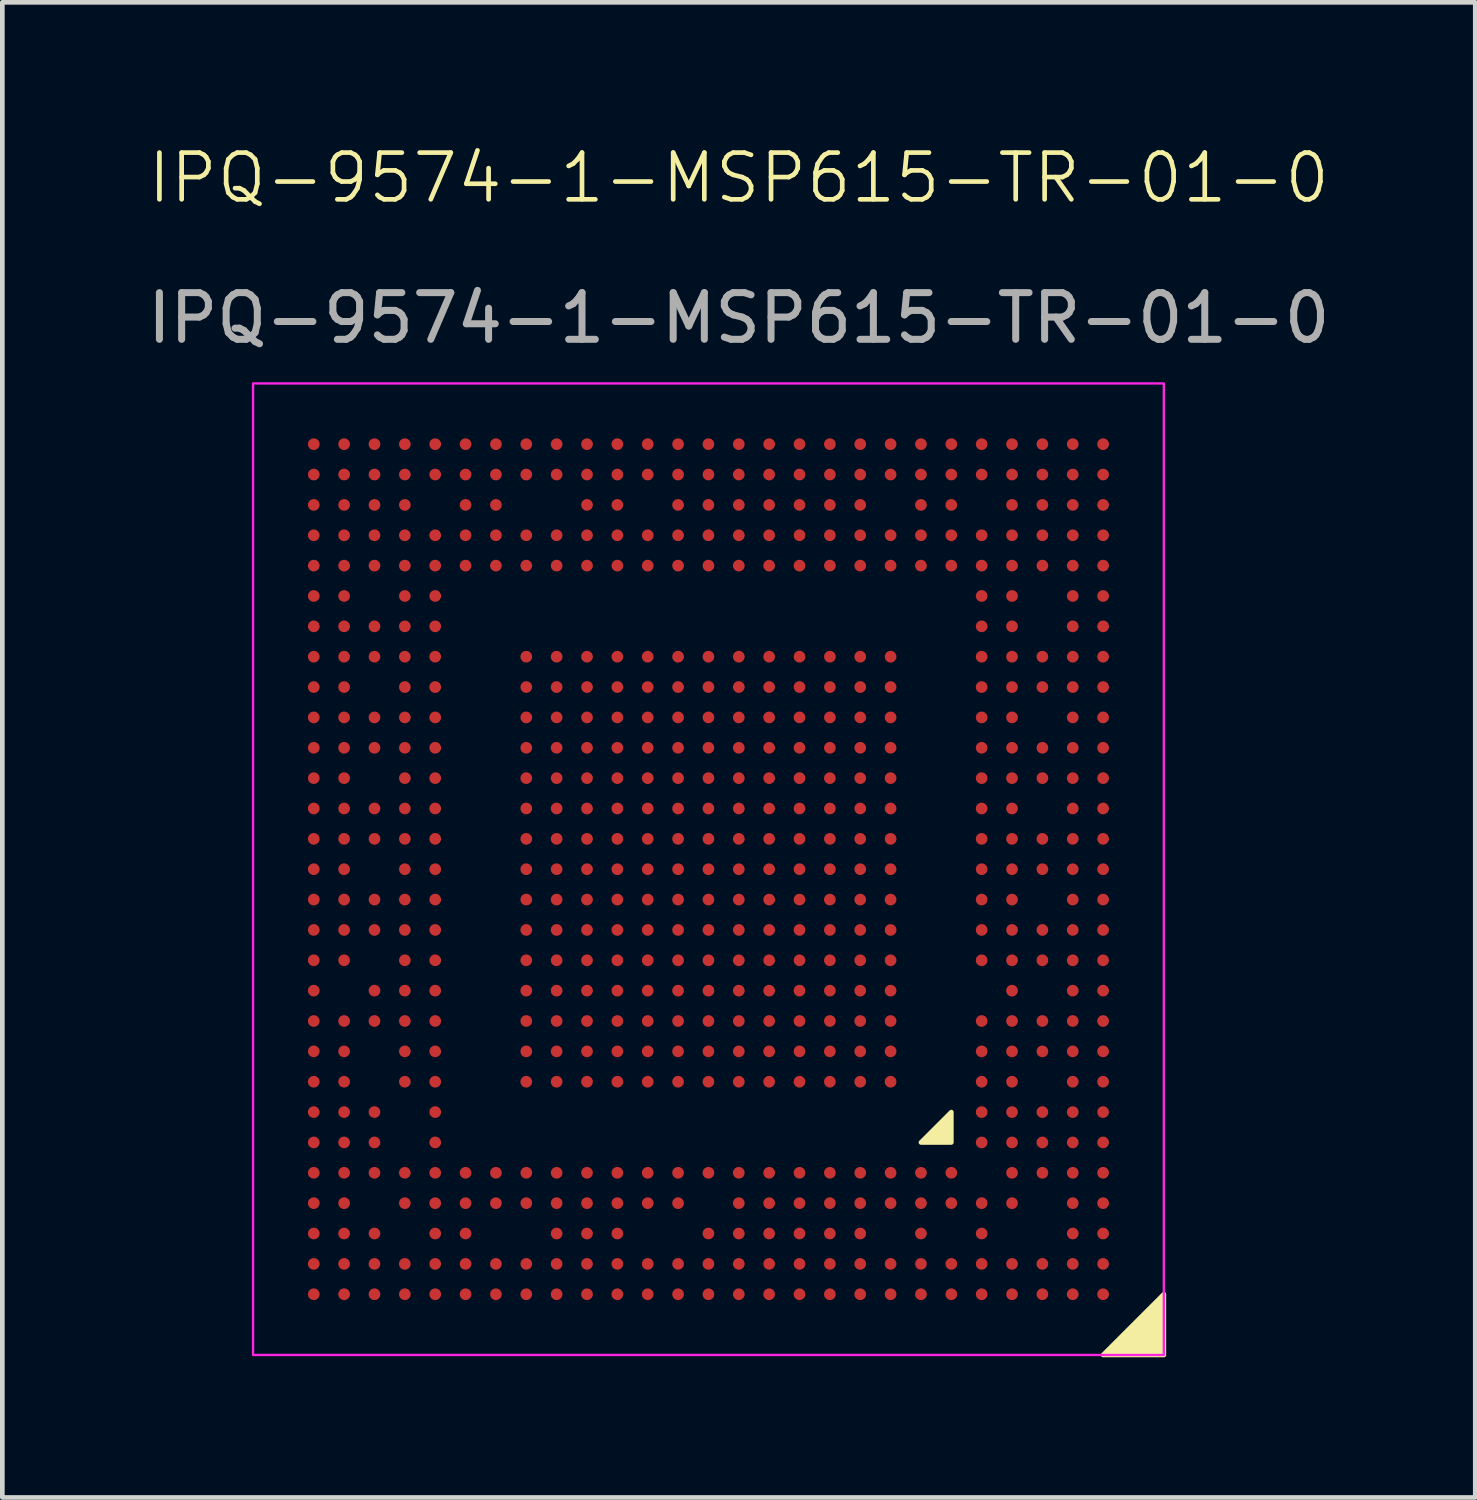
<source format=kicad_pcb>
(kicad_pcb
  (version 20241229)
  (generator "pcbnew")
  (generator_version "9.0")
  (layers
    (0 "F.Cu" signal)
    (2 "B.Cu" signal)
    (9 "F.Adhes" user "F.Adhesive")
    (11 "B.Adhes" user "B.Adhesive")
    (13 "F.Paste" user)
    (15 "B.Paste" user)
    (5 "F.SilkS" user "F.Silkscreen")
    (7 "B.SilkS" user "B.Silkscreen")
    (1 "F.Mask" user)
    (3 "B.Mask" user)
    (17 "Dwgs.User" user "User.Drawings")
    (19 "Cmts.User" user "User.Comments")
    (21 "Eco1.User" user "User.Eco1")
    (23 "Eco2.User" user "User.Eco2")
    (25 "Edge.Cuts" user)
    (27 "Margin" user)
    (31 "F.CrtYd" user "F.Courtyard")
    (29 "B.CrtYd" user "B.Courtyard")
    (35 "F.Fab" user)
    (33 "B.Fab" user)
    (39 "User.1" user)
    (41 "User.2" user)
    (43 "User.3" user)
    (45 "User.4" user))
  (footprint "IPQ-9574-1-MSP615-TR-01-0"
    (layer "F.Cu")
    (at 12.768 1.26)
    (property "Reference" "IPQ-9574-1-MSP615-TR-01-0" (at 0 -0.5 0) (unlocked yes) (layer "F.SilkS") (effects (font (size 1 1) (thickness 0.1))))
    (attr smd)
    (fp_poly (pts (xy 4.55 19.5) (xy 4.55 20.15) (xy 3.9 20.15)) (stroke (width 0.1) (type solid)) (fill yes) (layer "F.SilkS"))
    (fp_poly (pts (xy 7.8 24.7) (xy 9.1 23.4) (xy 9.1 24.7)) (stroke (width 0.1) (type solid)) (fill yes) (layer "F.SilkS"))
    (fp_rect (start -10.4 3.9) (end 9.1 24.7) (stroke (width 0.05) (type default)) (fill no) (layer "F.CrtYd"))
    (fp_text user "${REFERENCE}" (at 0 2.5 0) (unlocked yes) (layer "F.Fab") (effects (font (size 1 1) (thickness 0.15))))
    (pad "A1" smd circle (at 7.8 23.4) (size 0.25 0.25) (layers "F.Cu" "F.Mask" "F.Paste"))
    (pad "A2" smd circle (at 7.8 22.75) (size 0.25 0.25) (layers "F.Cu" "F.Mask" "F.Paste"))
    (pad "A3" smd circle (at 7.8 22.1) (size 0.25 0.25) (layers "F.Cu" "F.Mask" "F.Paste"))
    (pad "A4" smd circle (at 7.8 21.45) (size 0.25 0.25) (layers "F.Cu" "F.Mask" "F.Paste"))
    (pad "A5" smd circle (at 7.8 20.8) (size 0.25 0.25) (layers "F.Cu" "F.Mask" "F.Paste"))
    (pad "A6" smd circle (at 7.8 20.15) (size 0.25 0.25) (layers "F.Cu" "F.Mask" "F.Paste"))
    (pad "A7" smd circle (at 7.8 19.5) (size 0.25 0.25) (layers "F.Cu" "F.Mask" "F.Paste"))
    (pad "A8" smd circle (at 7.8 18.85) (size 0.25 0.25) (layers "F.Cu" "F.Mask" "F.Paste"))
    (pad "A9" smd circle (at 7.8 18.2) (size 0.25 0.25) (layers "F.Cu" "F.Mask" "F.Paste"))
    (pad "A10" smd circle (at 7.8 17.55) (size 0.25 0.25) (layers "F.Cu" "F.Mask" "F.Paste"))
    (pad "A11" smd circle (at 7.8 16.9) (size 0.25 0.25) (layers "F.Cu" "F.Mask" "F.Paste"))
    (pad "A12" smd circle (at 7.8 16.25) (size 0.25 0.25) (layers "F.Cu" "F.Mask" "F.Paste"))
    (pad "A13" smd circle (at 7.8 15.6) (size 0.25 0.25) (layers "F.Cu" "F.Mask" "F.Paste"))
    (pad "A14" smd circle (at 7.8 14.95) (size 0.25 0.25) (layers "F.Cu" "F.Mask" "F.Paste"))
    (pad "A15" smd circle (at 7.8 14.3) (size 0.25 0.25) (layers "F.Cu" "F.Mask" "F.Paste"))
    (pad "A16" smd circle (at 7.8 13.65) (size 0.25 0.25) (layers "F.Cu" "F.Mask" "F.Paste"))
    (pad "A17" smd circle (at 7.8 13) (size 0.25 0.25) (layers "F.Cu" "F.Mask" "F.Paste"))
    (pad "A18" smd circle (at 7.8 12.35) (size 0.25 0.25) (layers "F.Cu" "F.Mask" "F.Paste"))
    (pad "A19" smd circle (at 7.8 11.7) (size 0.25 0.25) (layers "F.Cu" "F.Mask" "F.Paste"))
    (pad "A20" smd circle (at 7.8 11.05) (size 0.25 0.25) (layers "F.Cu" "F.Mask" "F.Paste"))
    (pad "A21" smd circle (at 7.8 10.4) (size 0.25 0.25) (layers "F.Cu" "F.Mask" "F.Paste"))
    (pad "A22" smd circle (at 7.8 9.75) (size 0.25 0.25) (layers "F.Cu" "F.Mask" "F.Paste"))
    (pad "A23" smd circle (at 7.8 9.1) (size 0.25 0.25) (layers "F.Cu" "F.Mask" "F.Paste"))
    (pad "A24" smd circle (at 7.8 8.45) (size 0.25 0.25) (layers "F.Cu" "F.Mask" "F.Paste"))
    (pad "A25" smd circle (at 7.8 7.8) (size 0.25 0.25) (layers "F.Cu" "F.Mask" "F.Paste"))
    (pad "A26" smd circle (at 7.8 7.15) (size 0.25 0.25) (layers "F.Cu" "F.Mask" "F.Paste"))
    (pad "A27" smd circle (at 7.8 6.5) (size 0.25 0.25) (layers "F.Cu" "F.Mask" "F.Paste"))
    (pad "A28" smd circle (at 7.8 5.85) (size 0.25 0.25) (layers "F.Cu" "F.Mask" "F.Paste"))
    (pad "A29" smd circle (at 7.8 5.2) (size 0.25 0.25) (layers "F.Cu" "F.Mask" "F.Paste"))
    (pad "AA1" smd circle (at -5.2 23.4) (size 0.25 0.25) (layers "F.Cu" "F.Mask" "F.Paste"))
    (pad "AA2" smd circle (at -5.2 22.75) (size 0.25 0.25) (layers "F.Cu" "F.Mask" "F.Paste"))
    (pad "AA4" smd circle (at -5.2 21.45) (size 0.25 0.25) (layers "F.Cu" "F.Mask" "F.Paste"))
    (pad "AA5" smd circle (at -5.2 20.8) (size 0.25 0.25) (layers "F.Cu" "F.Mask" "F.Paste"))
    (pad "AA25" smd circle (at -5.2 7.8) (size 0.25 0.25) (layers "F.Cu" "F.Mask" "F.Paste"))
    (pad "AA26" smd circle (at -5.2 7.15) (size 0.25 0.25) (layers "F.Cu" "F.Mask" "F.Paste"))
    (pad "AA27" smd circle (at -5.2 6.5) (size 0.25 0.25) (layers "F.Cu" "F.Mask" "F.Paste"))
    (pad "AA28" smd circle (at -5.2 5.85) (size 0.25 0.25) (layers "F.Cu" "F.Mask" "F.Paste"))
    (pad "AA29" smd circle (at -5.2 5.2) (size 0.25 0.25) (layers "F.Cu" "F.Mask" "F.Paste"))
    (pad "AB1" smd circle (at -5.85 23.4) (size 0.25 0.25) (layers "F.Cu" "F.Mask" "F.Paste"))
    (pad "AB2" smd circle (at -5.85 22.75) (size 0.25 0.25) (layers "F.Cu" "F.Mask" "F.Paste"))
    (pad "AB3" smd circle (at -5.85 22.1) (size 0.25 0.25) (layers "F.Cu" "F.Mask" "F.Paste"))
    (pad "AB4" smd circle (at -5.85 21.45) (size 0.25 0.25) (layers "F.Cu" "F.Mask" "F.Paste"))
    (pad "AB5" smd circle (at -5.85 20.8) (size 0.25 0.25) (layers "F.Cu" "F.Mask" "F.Paste"))
    (pad "AB25" smd circle (at -5.85 7.8) (size 0.25 0.25) (layers "F.Cu" "F.Mask" "F.Paste"))
    (pad "AB26" smd circle (at -5.85 7.15) (size 0.25 0.25) (layers "F.Cu" "F.Mask" "F.Paste"))
    (pad "AB27" smd circle (at -5.85 6.5) (size 0.25 0.25) (layers "F.Cu" "F.Mask" "F.Paste"))
    (pad "AB28" smd circle (at -5.85 5.85) (size 0.25 0.25) (layers "F.Cu" "F.Mask" "F.Paste"))
    (pad "AB29" smd circle (at -5.85 5.2) (size 0.25 0.25) (layers "F.Cu" "F.Mask" "F.Paste"))
    (pad "AC1" smd circle (at -6.5 23.4) (size 0.25 0.25) (layers "F.Cu" "F.Mask" "F.Paste"))
    (pad "AC2" smd circle (at -6.5 22.75) (size 0.25 0.25) (layers "F.Cu" "F.Mask" "F.Paste"))
    (pad "AC3" smd circle (at -6.5 22.1) (size 0.25 0.25) (layers "F.Cu" "F.Mask" "F.Paste"))
    (pad "AC4" smd circle (at -6.5 21.45) (size 0.25 0.25) (layers "F.Cu" "F.Mask" "F.Paste"))
    (pad "AC5" smd circle (at -6.5 20.8) (size 0.25 0.25) (layers "F.Cu" "F.Mask" "F.Paste"))
    (pad "AC6" smd circle (at -6.5 20.15) (size 0.25 0.25) (layers "F.Cu" "F.Mask" "F.Paste"))
    (pad "AC7" smd circle (at -6.5 19.5) (size 0.25 0.25) (layers "F.Cu" "F.Mask" "F.Paste"))
    (pad "AC8" smd circle (at -6.5 18.85) (size 0.25 0.25) (layers "F.Cu" "F.Mask" "F.Paste"))
    (pad "AC9" smd circle (at -6.5 18.2) (size 0.25 0.25) (layers "F.Cu" "F.Mask" "F.Paste"))
    (pad "AC10" smd circle (at -6.5 17.55) (size 0.25 0.25) (layers "F.Cu" "F.Mask" "F.Paste"))
    (pad "AC11" smd circle (at -6.5 16.9) (size 0.25 0.25) (layers "F.Cu" "F.Mask" "F.Paste"))
    (pad "AC12" smd circle (at -6.5 16.25) (size 0.25 0.25) (layers "F.Cu" "F.Mask" "F.Paste"))
    (pad "AC13" smd circle (at -6.5 15.6) (size 0.25 0.25) (layers "F.Cu" "F.Mask" "F.Paste"))
    (pad "AC14" smd circle (at -6.5 14.95) (size 0.25 0.25) (layers "F.Cu" "F.Mask" "F.Paste"))
    (pad "AC15" smd circle (at -6.5 14.3) (size 0.25 0.25) (layers "F.Cu" "F.Mask" "F.Paste"))
    (pad "AC16" smd circle (at -6.5 13.65) (size 0.25 0.25) (layers "F.Cu" "F.Mask" "F.Paste"))
    (pad "AC17" smd circle (at -6.5 13) (size 0.25 0.25) (layers "F.Cu" "F.Mask" "F.Paste"))
    (pad "AC18" smd circle (at -6.5 12.35) (size 0.25 0.25) (layers "F.Cu" "F.Mask" "F.Paste"))
    (pad "AC19" smd circle (at -6.5 11.7) (size 0.25 0.25) (layers "F.Cu" "F.Mask" "F.Paste"))
    (pad "AC20" smd circle (at -6.5 11.05) (size 0.25 0.25) (layers "F.Cu" "F.Mask" "F.Paste"))
    (pad "AC21" smd circle (at -6.5 10.4) (size 0.25 0.25) (layers "F.Cu" "F.Mask" "F.Paste"))
    (pad "AC22" smd circle (at -6.5 9.75) (size 0.25 0.25) (layers "F.Cu" "F.Mask" "F.Paste"))
    (pad "AC23" smd circle (at -6.5 9.1) (size 0.25 0.25) (layers "F.Cu" "F.Mask" "F.Paste"))
    (pad "AC24" smd circle (at -6.5 8.45) (size 0.25 0.25) (layers "F.Cu" "F.Mask" "F.Paste"))
    (pad "AC25" smd circle (at -6.5 7.8) (size 0.25 0.25) (layers "F.Cu" "F.Mask" "F.Paste"))
    (pad "AC26" smd circle (at -6.5 7.15) (size 0.25 0.25) (layers "F.Cu" "F.Mask" "F.Paste"))
    (pad "AC28" smd circle (at -6.5 5.85) (size 0.25 0.25) (layers "F.Cu" "F.Mask" "F.Paste"))
    (pad "AC29" smd circle (at -6.5 5.2) (size 0.25 0.25) (layers "F.Cu" "F.Mask" "F.Paste"))
    (pad "AD1" smd circle (at -7.15 23.4) (size 0.25 0.25) (layers "F.Cu" "F.Mask" "F.Paste"))
    (pad "AD2" smd circle (at -7.15 22.75) (size 0.25 0.25) (layers "F.Cu" "F.Mask" "F.Paste"))
    (pad "AD4" smd circle (at -7.15 21.45) (size 0.25 0.25) (layers "F.Cu" "F.Mask" "F.Paste"))
    (pad "AD5" smd circle (at -7.15 20.8) (size 0.25 0.25) (layers "F.Cu" "F.Mask" "F.Paste"))
    (pad "AD8" smd circle (at -7.15 18.85) (size 0.25 0.25) (layers "F.Cu" "F.Mask" "F.Paste"))
    (pad "AD9" smd circle (at -7.15 18.2) (size 0.25 0.25) (layers "F.Cu" "F.Mask" "F.Paste"))
    (pad "AD10" smd circle (at -7.15 17.55) (size 0.25 0.25) (layers "F.Cu" "F.Mask" "F.Paste"))
    (pad "AD11" smd circle (at -7.15 16.9) (size 0.25 0.25) (layers "F.Cu" "F.Mask" "F.Paste"))
    (pad "AD12" smd circle (at -7.15 16.25) (size 0.25 0.25) (layers "F.Cu" "F.Mask" "F.Paste"))
    (pad "AD13" smd circle (at -7.15 15.6) (size 0.25 0.25) (layers "F.Cu" "F.Mask" "F.Paste"))
    (pad "AD14" smd circle (at -7.15 14.95) (size 0.25 0.25) (layers "F.Cu" "F.Mask" "F.Paste"))
    (pad "AD15" smd circle (at -7.15 14.3) (size 0.25 0.25) (layers "F.Cu" "F.Mask" "F.Paste"))
    (pad "AD16" smd circle (at -7.15 13.65) (size 0.25 0.25) (layers "F.Cu" "F.Mask" "F.Paste"))
    (pad "AD17" smd circle (at -7.15 13) (size 0.25 0.25) (layers "F.Cu" "F.Mask" "F.Paste"))
    (pad "AD18" smd circle (at -7.15 12.35) (size 0.25 0.25) (layers "F.Cu" "F.Mask" "F.Paste"))
    (pad "AD19" smd circle (at -7.15 11.7) (size 0.25 0.25) (layers "F.Cu" "F.Mask" "F.Paste"))
    (pad "AD20" smd circle (at -7.15 11.05) (size 0.25 0.25) (layers "F.Cu" "F.Mask" "F.Paste"))
    (pad "AD21" smd circle (at -7.15 10.4) (size 0.25 0.25) (layers "F.Cu" "F.Mask" "F.Paste"))
    (pad "AD22" smd circle (at -7.15 9.75) (size 0.25 0.25) (layers "F.Cu" "F.Mask" "F.Paste"))
    (pad "AD23" smd circle (at -7.15 9.1) (size 0.25 0.25) (layers "F.Cu" "F.Mask" "F.Paste"))
    (pad "AD24" smd circle (at -7.15 8.45) (size 0.25 0.25) (layers "F.Cu" "F.Mask" "F.Paste"))
    (pad "AD25" smd circle (at -7.15 7.8) (size 0.25 0.25) (layers "F.Cu" "F.Mask" "F.Paste"))
    (pad "AD26" smd circle (at -7.15 7.15) (size 0.25 0.25) (layers "F.Cu" "F.Mask" "F.Paste"))
    (pad "AD27" smd circle (at -7.15 6.5) (size 0.25 0.25) (layers "F.Cu" "F.Mask" "F.Paste"))
    (pad "AD28" smd circle (at -7.15 5.85) (size 0.25 0.25) (layers "F.Cu" "F.Mask" "F.Paste"))
    (pad "AD29" smd circle (at -7.15 5.2) (size 0.25 0.25) (layers "F.Cu" "F.Mask" "F.Paste"))
    (pad "AE1" smd circle (at -7.8 23.4) (size 0.25 0.25) (layers "F.Cu" "F.Mask" "F.Paste"))
    (pad "AE2" smd circle (at -7.8 22.75) (size 0.25 0.25) (layers "F.Cu" "F.Mask" "F.Paste"))
    (pad "AE3" smd circle (at -7.8 22.1) (size 0.25 0.25) (layers "F.Cu" "F.Mask" "F.Paste"))
    (pad "AE5" smd circle (at -7.8 20.8) (size 0.25 0.25) (layers "F.Cu" "F.Mask" "F.Paste"))
    (pad "AE6" smd circle (at -7.8 20.15) (size 0.25 0.25) (layers "F.Cu" "F.Mask" "F.Paste"))
    (pad "AE7" smd circle (at -7.8 19.5) (size 0.25 0.25) (layers "F.Cu" "F.Mask" "F.Paste"))
    (pad "AE10" smd circle (at -7.8 17.55) (size 0.25 0.25) (layers "F.Cu" "F.Mask" "F.Paste"))
    (pad "AE11" smd circle (at -7.8 16.9) (size 0.25 0.25) (layers "F.Cu" "F.Mask" "F.Paste"))
    (pad "AE13" smd circle (at -7.8 15.6) (size 0.25 0.25) (layers "F.Cu" "F.Mask" "F.Paste"))
    (pad "AE14" smd circle (at -7.8 14.95) (size 0.25 0.25) (layers "F.Cu" "F.Mask" "F.Paste"))
    (pad "AE16" smd circle (at -7.8 13.65) (size 0.25 0.25) (layers "F.Cu" "F.Mask" "F.Paste"))
    (pad "AE17" smd circle (at -7.8 13) (size 0.25 0.25) (layers "F.Cu" "F.Mask" "F.Paste"))
    (pad "AE19" smd circle (at -7.8 11.7) (size 0.25 0.25) (layers "F.Cu" "F.Mask" "F.Paste"))
    (pad "AE20" smd circle (at -7.8 11.05) (size 0.25 0.25) (layers "F.Cu" "F.Mask" "F.Paste"))
    (pad "AE22" smd circle (at -7.8 9.75) (size 0.25 0.25) (layers "F.Cu" "F.Mask" "F.Paste"))
    (pad "AE23" smd circle (at -7.8 9.1) (size 0.25 0.25) (layers "F.Cu" "F.Mask" "F.Paste"))
    (pad "AE25" smd circle (at -7.8 7.8) (size 0.25 0.25) (layers "F.Cu" "F.Mask" "F.Paste"))
    (pad "AE26" smd circle (at -7.8 7.15) (size 0.25 0.25) (layers "F.Cu" "F.Mask" "F.Paste"))
    (pad "AE27" smd circle (at -7.8 6.5) (size 0.25 0.25) (layers "F.Cu" "F.Mask" "F.Paste"))
    (pad "AE28" smd circle (at -7.8 5.85) (size 0.25 0.25) (layers "F.Cu" "F.Mask" "F.Paste"))
    (pad "AE29" smd circle (at -7.8 5.2) (size 0.25 0.25) (layers "F.Cu" "F.Mask" "F.Paste"))
    (pad "AF1" smd circle (at -8.45 23.4) (size 0.25 0.25) (layers "F.Cu" "F.Mask" "F.Paste"))
    (pad "AF2" smd circle (at -8.45 22.75) (size 0.25 0.25) (layers "F.Cu" "F.Mask" "F.Paste"))
    (pad "AF3" smd circle (at -8.45 22.1) (size 0.25 0.25) (layers "F.Cu" "F.Mask" "F.Paste"))
    (pad "AF4" smd circle (at -8.45 21.45) (size 0.25 0.25) (layers "F.Cu" "F.Mask" "F.Paste"))
    (pad "AF5" smd circle (at -8.45 20.8) (size 0.25 0.25) (layers "F.Cu" "F.Mask" "F.Paste"))
    (pad "AF6" smd circle (at -8.45 20.15) (size 0.25 0.25) (layers "F.Cu" "F.Mask" "F.Paste"))
    (pad "AF7" smd circle (at -8.45 19.5) (size 0.25 0.25) (layers "F.Cu" "F.Mask" "F.Paste"))
    (pad "AF8" smd circle (at -8.45 18.85) (size 0.25 0.25) (layers "F.Cu" "F.Mask" "F.Paste"))
    (pad "AF9" smd circle (at -8.45 18.2) (size 0.25 0.25) (layers "F.Cu" "F.Mask" "F.Paste"))
    (pad "AF10" smd circle (at -8.45 17.55) (size 0.25 0.25) (layers "F.Cu" "F.Mask" "F.Paste"))
    (pad "AF12" smd circle (at -8.45 16.25) (size 0.25 0.25) (layers "F.Cu" "F.Mask" "F.Paste"))
    (pad "AF13" smd circle (at -8.45 15.6) (size 0.25 0.25) (layers "F.Cu" "F.Mask" "F.Paste"))
    (pad "AF14" smd circle (at -8.45 14.95) (size 0.25 0.25) (layers "F.Cu" "F.Mask" "F.Paste"))
    (pad "AF15" smd circle (at -8.45 14.3) (size 0.25 0.25) (layers "F.Cu" "F.Mask" "F.Paste"))
    (pad "AF16" smd circle (at -8.45 13.65) (size 0.25 0.25) (layers "F.Cu" "F.Mask" "F.Paste"))
    (pad "AF17" smd circle (at -8.45 13) (size 0.25 0.25) (layers "F.Cu" "F.Mask" "F.Paste"))
    (pad "AF18" smd circle (at -8.45 12.35) (size 0.25 0.25) (layers "F.Cu" "F.Mask" "F.Paste"))
    (pad "AF19" smd circle (at -8.45 11.7) (size 0.25 0.25) (layers "F.Cu" "F.Mask" "F.Paste"))
    (pad "AF20" smd circle (at -8.45 11.05) (size 0.25 0.25) (layers "F.Cu" "F.Mask" "F.Paste"))
    (pad "AF21" smd circle (at -8.45 10.4) (size 0.25 0.25) (layers "F.Cu" "F.Mask" "F.Paste"))
    (pad "AF22" smd circle (at -8.45 9.75) (size 0.25 0.25) (layers "F.Cu" "F.Mask" "F.Paste"))
    (pad "AF23" smd circle (at -8.45 9.1) (size 0.25 0.25) (layers "F.Cu" "F.Mask" "F.Paste"))
    (pad "AF24" smd circle (at -8.45 8.45) (size 0.25 0.25) (layers "F.Cu" "F.Mask" "F.Paste"))
    (pad "AF25" smd circle (at -8.45 7.8) (size 0.25 0.25) (layers "F.Cu" "F.Mask" "F.Paste"))
    (pad "AF26" smd circle (at -8.45 7.15) (size 0.25 0.25) (layers "F.Cu" "F.Mask" "F.Paste"))
    (pad "AF27" smd circle (at -8.45 6.5) (size 0.25 0.25) (layers "F.Cu" "F.Mask" "F.Paste"))
    (pad "AF28" smd circle (at -8.45 5.85) (size 0.25 0.25) (layers "F.Cu" "F.Mask" "F.Paste"))
    (pad "AF29" smd circle (at -8.45 5.2) (size 0.25 0.25) (layers "F.Cu" "F.Mask" "F.Paste"))
    (pad "AG1" smd circle (at -9.1 23.4) (size 0.25 0.25) (layers "F.Cu" "F.Mask" "F.Paste"))
    (pad "AG2" smd circle (at -9.1 22.75) (size 0.25 0.25) (layers "F.Cu" "F.Mask" "F.Paste"))
    (pad "AG3" smd circle (at -9.1 22.1) (size 0.25 0.25) (layers "F.Cu" "F.Mask" "F.Paste"))
    (pad "AG4" smd circle (at -9.1 21.45) (size 0.25 0.25) (layers "F.Cu" "F.Mask" "F.Paste"))
    (pad "AG5" smd circle (at -9.1 20.8) (size 0.25 0.25) (layers "F.Cu" "F.Mask" "F.Paste"))
    (pad "AG6" smd circle (at -9.1 20.15) (size 0.25 0.25) (layers "F.Cu" "F.Mask" "F.Paste"))
    (pad "AG7" smd circle (at -9.1 19.5) (size 0.25 0.25) (layers "F.Cu" "F.Mask" "F.Paste"))
    (pad "AG8" smd circle (at -9.1 18.85) (size 0.25 0.25) (layers "F.Cu" "F.Mask" "F.Paste"))
    (pad "AG9" smd circle (at -9.1 18.2) (size 0.25 0.25) (layers "F.Cu" "F.Mask" "F.Paste"))
    (pad "AG10" smd circle (at -9.1 17.55) (size 0.25 0.25) (layers "F.Cu" "F.Mask" "F.Paste"))
    (pad "AG11" smd circle (at -9.1 16.9) (size 0.25 0.25) (layers "F.Cu" "F.Mask" "F.Paste"))
    (pad "AG12" smd circle (at -9.1 16.25) (size 0.25 0.25) (layers "F.Cu" "F.Mask" "F.Paste"))
    (pad "AG13" smd circle (at -9.1 15.6) (size 0.25 0.25) (layers "F.Cu" "F.Mask" "F.Paste"))
    (pad "AG14" smd circle (at -9.1 14.95) (size 0.25 0.25) (layers "F.Cu" "F.Mask" "F.Paste"))
    (pad "AG15" smd circle (at -9.1 14.3) (size 0.25 0.25) (layers "F.Cu" "F.Mask" "F.Paste"))
    (pad "AG16" smd circle (at -9.1 13.65) (size 0.25 0.25) (layers "F.Cu" "F.Mask" "F.Paste"))
    (pad "AG17" smd circle (at -9.1 13) (size 0.25 0.25) (layers "F.Cu" "F.Mask" "F.Paste"))
    (pad "AG18" smd circle (at -9.1 12.35) (size 0.25 0.25) (layers "F.Cu" "F.Mask" "F.Paste"))
    (pad "AG19" smd circle (at -9.1 11.7) (size 0.25 0.25) (layers "F.Cu" "F.Mask" "F.Paste"))
    (pad "AG20" smd circle (at -9.1 11.05) (size 0.25 0.25) (layers "F.Cu" "F.Mask" "F.Paste"))
    (pad "AG21" smd circle (at -9.1 10.4) (size 0.25 0.25) (layers "F.Cu" "F.Mask" "F.Paste"))
    (pad "AG22" smd circle (at -9.1 9.75) (size 0.25 0.25) (layers "F.Cu" "F.Mask" "F.Paste"))
    (pad "AG23" smd circle (at -9.1 9.1) (size 0.25 0.25) (layers "F.Cu" "F.Mask" "F.Paste"))
    (pad "AG24" smd circle (at -9.1 8.45) (size 0.25 0.25) (layers "F.Cu" "F.Mask" "F.Paste"))
    (pad "AG25" smd circle (at -9.1 7.8) (size 0.25 0.25) (layers "F.Cu" "F.Mask" "F.Paste"))
    (pad "AG26" smd circle (at -9.1 7.15) (size 0.25 0.25) (layers "F.Cu" "F.Mask" "F.Paste"))
    (pad "AG27" smd circle (at -9.1 6.5) (size 0.25 0.25) (layers "F.Cu" "F.Mask" "F.Paste"))
    (pad "AG28" smd circle (at -9.1 5.85) (size 0.25 0.25) (layers "F.Cu" "F.Mask" "F.Paste"))
    (pad "AG29" smd circle (at -9.1 5.2) (size 0.25 0.25) (layers "F.Cu" "F.Mask" "F.Paste"))
    (pad "B1" smd circle (at 7.15 23.4) (size 0.25 0.25) (layers "F.Cu" "F.Mask" "F.Paste"))
    (pad "B2" smd circle (at 7.15 22.75) (size 0.25 0.25) (layers "F.Cu" "F.Mask" "F.Paste"))
    (pad "B3" smd circle (at 7.15 22.1) (size 0.25 0.25) (layers "F.Cu" "F.Mask" "F.Paste"))
    (pad "B4" smd circle (at 7.15 21.45) (size 0.25 0.25) (layers "F.Cu" "F.Mask" "F.Paste"))
    (pad "B5" smd circle (at 7.15 20.8) (size 0.25 0.25) (layers "F.Cu" "F.Mask" "F.Paste"))
    (pad "B6" smd circle (at 7.15 20.15) (size 0.25 0.25) (layers "F.Cu" "F.Mask" "F.Paste"))
    (pad "B7" smd circle (at 7.15 19.5) (size 0.25 0.25) (layers "F.Cu" "F.Mask" "F.Paste"))
    (pad "B8" smd circle (at 7.15 18.85) (size 0.25 0.25) (layers "F.Cu" "F.Mask" "F.Paste"))
    (pad "B9" smd circle (at 7.15 18.2) (size 0.25 0.25) (layers "F.Cu" "F.Mask" "F.Paste"))
    (pad "B10" smd circle (at 7.15 17.55) (size 0.25 0.25) (layers "F.Cu" "F.Mask" "F.Paste"))
    (pad "B11" smd circle (at 7.15 16.9) (size 0.25 0.25) (layers "F.Cu" "F.Mask" "F.Paste"))
    (pad "B12" smd circle (at 7.15 16.25) (size 0.25 0.25) (layers "F.Cu" "F.Mask" "F.Paste"))
    (pad "B13" smd circle (at 7.15 15.6) (size 0.25 0.25) (layers "F.Cu" "F.Mask" "F.Paste"))
    (pad "B14" smd circle (at 7.15 14.95) (size 0.25 0.25) (layers "F.Cu" "F.Mask" "F.Paste"))
    (pad "B15" smd circle (at 7.15 14.3) (size 0.25 0.25) (layers "F.Cu" "F.Mask" "F.Paste"))
    (pad "B16" smd circle (at 7.15 13.65) (size 0.25 0.25) (layers "F.Cu" "F.Mask" "F.Paste"))
    (pad "B17" smd circle (at 7.15 13) (size 0.25 0.25) (layers "F.Cu" "F.Mask" "F.Paste"))
    (pad "B18" smd circle (at 7.15 12.35) (size 0.25 0.25) (layers "F.Cu" "F.Mask" "F.Paste"))
    (pad "B19" smd circle (at 7.15 11.7) (size 0.25 0.25) (layers "F.Cu" "F.Mask" "F.Paste"))
    (pad "B20" smd circle (at 7.15 11.05) (size 0.25 0.25) (layers "F.Cu" "F.Mask" "F.Paste"))
    (pad "B21" smd circle (at 7.15 10.4) (size 0.25 0.25) (layers "F.Cu" "F.Mask" "F.Paste"))
    (pad "B22" smd circle (at 7.15 9.75) (size 0.25 0.25) (layers "F.Cu" "F.Mask" "F.Paste"))
    (pad "B23" smd circle (at 7.15 9.1) (size 0.25 0.25) (layers "F.Cu" "F.Mask" "F.Paste"))
    (pad "B24" smd circle (at 7.15 8.45) (size 0.25 0.25) (layers "F.Cu" "F.Mask" "F.Paste"))
    (pad "B25" smd circle (at 7.15 7.8) (size 0.25 0.25) (layers "F.Cu" "F.Mask" "F.Paste"))
    (pad "B26" smd circle (at 7.15 7.15) (size 0.25 0.25) (layers "F.Cu" "F.Mask" "F.Paste"))
    (pad "B27" smd circle (at 7.15 6.5) (size 0.25 0.25) (layers "F.Cu" "F.Mask" "F.Paste"))
    (pad "B28" smd circle (at 7.15 5.85) (size 0.25 0.25) (layers "F.Cu" "F.Mask" "F.Paste"))
    (pad "B29" smd circle (at 7.15 5.2) (size 0.25 0.25) (layers "F.Cu" "F.Mask" "F.Paste"))
    (pad "C1" smd circle (at 6.5 23.4) (size 0.25 0.25) (layers "F.Cu" "F.Mask" "F.Paste"))
    (pad "C2" smd circle (at 6.5 22.75) (size 0.25 0.25) (layers "F.Cu" "F.Mask" "F.Paste"))
    (pad "C5" smd circle (at 6.5 20.8) (size 0.25 0.25) (layers "F.Cu" "F.Mask" "F.Paste"))
    (pad "C6" smd circle (at 6.5 20.15) (size 0.25 0.25) (layers "F.Cu" "F.Mask" "F.Paste"))
    (pad "C7" smd circle (at 6.5 19.5) (size 0.25 0.25) (layers "F.Cu" "F.Mask" "F.Paste"))
    (pad "C9" smd circle (at 6.5 18.2) (size 0.25 0.25) (layers "F.Cu" "F.Mask" "F.Paste"))
    (pad "C10" smd circle (at 6.5 17.55) (size 0.25 0.25) (layers "F.Cu" "F.Mask" "F.Paste"))
    (pad "C12" smd circle (at 6.5 16.25) (size 0.25 0.25) (layers "F.Cu" "F.Mask" "F.Paste"))
    (pad "C13" smd circle (at 6.5 15.6) (size 0.25 0.25) (layers "F.Cu" "F.Mask" "F.Paste"))
    (pad "C15" smd circle (at 6.5 14.3) (size 0.25 0.25) (layers "F.Cu" "F.Mask" "F.Paste"))
    (pad "C16" smd circle (at 6.5 13.65) (size 0.25 0.25) (layers "F.Cu" "F.Mask" "F.Paste"))
    (pad "C18" smd circle (at 6.5 12.35) (size 0.25 0.25) (layers "F.Cu" "F.Mask" "F.Paste"))
    (pad "C19" smd circle (at 6.5 11.7) (size 0.25 0.25) (layers "F.Cu" "F.Mask" "F.Paste"))
    (pad "C21" smd circle (at 6.5 10.4) (size 0.25 0.25) (layers "F.Cu" "F.Mask" "F.Paste"))
    (pad "C22" smd circle (at 6.5 9.75) (size 0.25 0.25) (layers "F.Cu" "F.Mask" "F.Paste"))
    (pad "C25" smd circle (at 6.5 7.8) (size 0.25 0.25) (layers "F.Cu" "F.Mask" "F.Paste"))
    (pad "C26" smd circle (at 6.5 7.15) (size 0.25 0.25) (layers "F.Cu" "F.Mask" "F.Paste"))
    (pad "C27" smd circle (at 6.5 6.5) (size 0.25 0.25) (layers "F.Cu" "F.Mask" "F.Paste"))
    (pad "C28" smd circle (at 6.5 5.85) (size 0.25 0.25) (layers "F.Cu" "F.Mask" "F.Paste"))
    (pad "C29" smd circle (at 6.5 5.2) (size 0.25 0.25) (layers "F.Cu" "F.Mask" "F.Paste"))
    (pad "D1" smd circle (at 5.85 23.4) (size 0.25 0.25) (layers "F.Cu" "F.Mask" "F.Paste"))
    (pad "D2" smd circle (at 5.85 22.75) (size 0.25 0.25) (layers "F.Cu" "F.Mask" "F.Paste"))
    (pad "D4" smd circle (at 5.85 21.45) (size 0.25 0.25) (layers "F.Cu" "F.Mask" "F.Paste"))
    (pad "D5" smd circle (at 5.85 20.8) (size 0.25 0.25) (layers "F.Cu" "F.Mask" "F.Paste"))
    (pad "D6" smd circle (at 5.85 20.15) (size 0.25 0.25) (layers "F.Cu" "F.Mask" "F.Paste"))
    (pad "D7" smd circle (at 5.85 19.5) (size 0.25 0.25) (layers "F.Cu" "F.Mask" "F.Paste"))
    (pad "D8" smd circle (at 5.85 18.85) (size 0.25 0.25) (layers "F.Cu" "F.Mask" "F.Paste"))
    (pad "D9" smd circle (at 5.85 18.2) (size 0.25 0.25) (layers "F.Cu" "F.Mask" "F.Paste"))
    (pad "D10" smd circle (at 5.85 17.55) (size 0.25 0.25) (layers "F.Cu" "F.Mask" "F.Paste"))
    (pad "D11" smd circle (at 5.85 16.9) (size 0.25 0.25) (layers "F.Cu" "F.Mask" "F.Paste"))
    (pad "D12" smd circle (at 5.85 16.25) (size 0.25 0.25) (layers "F.Cu" "F.Mask" "F.Paste"))
    (pad "D13" smd circle (at 5.85 15.6) (size 0.25 0.25) (layers "F.Cu" "F.Mask" "F.Paste"))
    (pad "D14" smd circle (at 5.85 14.95) (size 0.25 0.25) (layers "F.Cu" "F.Mask" "F.Paste"))
    (pad "D15" smd circle (at 5.85 14.3) (size 0.25 0.25) (layers "F.Cu" "F.Mask" "F.Paste"))
    (pad "D16" smd circle (at 5.85 13.65) (size 0.25 0.25) (layers "F.Cu" "F.Mask" "F.Paste"))
    (pad "D17" smd circle (at 5.85 13) (size 0.25 0.25) (layers "F.Cu" "F.Mask" "F.Paste"))
    (pad "D18" smd circle (at 5.85 12.35) (size 0.25 0.25) (layers "F.Cu" "F.Mask" "F.Paste"))
    (pad "D19" smd circle (at 5.85 11.7) (size 0.25 0.25) (layers "F.Cu" "F.Mask" "F.Paste"))
    (pad "D20" smd circle (at 5.85 11.05) (size 0.25 0.25) (layers "F.Cu" "F.Mask" "F.Paste"))
    (pad "D21" smd circle (at 5.85 10.4) (size 0.25 0.25) (layers "F.Cu" "F.Mask" "F.Paste"))
    (pad "D22" smd circle (at 5.85 9.75) (size 0.25 0.25) (layers "F.Cu" "F.Mask" "F.Paste"))
    (pad "D23" smd circle (at 5.85 9.1) (size 0.25 0.25) (layers "F.Cu" "F.Mask" "F.Paste"))
    (pad "D24" smd circle (at 5.85 8.45) (size 0.25 0.25) (layers "F.Cu" "F.Mask" "F.Paste"))
    (pad "D25" smd circle (at 5.85 7.8) (size 0.25 0.25) (layers "F.Cu" "F.Mask" "F.Paste"))
    (pad "D26" smd circle (at 5.85 7.15) (size 0.25 0.25) (layers "F.Cu" "F.Mask" "F.Paste"))
    (pad "D27" smd circle (at 5.85 6.5) (size 0.25 0.25) (layers "F.Cu" "F.Mask" "F.Paste"))
    (pad "D28" smd circle (at 5.85 5.85) (size 0.25 0.25) (layers "F.Cu" "F.Mask" "F.Paste"))
    (pad "D29" smd circle (at 5.85 5.2) (size 0.25 0.25) (layers "F.Cu" "F.Mask" "F.Paste"))
    (pad "E1" smd circle (at 5.2 23.4) (size 0.25 0.25) (layers "F.Cu" "F.Mask" "F.Paste"))
    (pad "E2" smd circle (at 5.2 22.75) (size 0.25 0.25) (layers "F.Cu" "F.Mask" "F.Paste"))
    (pad "E3" smd circle (at 5.2 22.1) (size 0.25 0.25) (layers "F.Cu" "F.Mask" "F.Paste"))
    (pad "E4" smd circle (at 5.2 21.45) (size 0.25 0.25) (layers "F.Cu" "F.Mask" "F.Paste"))
    (pad "E6" smd circle (at 5.2 20.15) (size 0.25 0.25) (layers "F.Cu" "F.Mask" "F.Paste"))
    (pad "E7" smd circle (at 5.2 19.5) (size 0.25 0.25) (layers "F.Cu" "F.Mask" "F.Paste"))
    (pad "E8" smd circle (at 5.2 18.85) (size 0.25 0.25) (layers "F.Cu" "F.Mask" "F.Paste"))
    (pad "E9" smd circle (at 5.2 18.2) (size 0.25 0.25) (layers "F.Cu" "F.Mask" "F.Paste"))
    (pad "E10" smd circle (at 5.2 17.55) (size 0.25 0.25) (layers "F.Cu" "F.Mask" "F.Paste"))
    (pad "E12" smd circle (at 5.2 16.25) (size 0.25 0.25) (layers "F.Cu" "F.Mask" "F.Paste"))
    (pad "E13" smd circle (at 5.2 15.6) (size 0.25 0.25) (layers "F.Cu" "F.Mask" "F.Paste"))
    (pad "E14" smd circle (at 5.2 14.95) (size 0.25 0.25) (layers "F.Cu" "F.Mask" "F.Paste"))
    (pad "E15" smd circle (at 5.2 14.3) (size 0.25 0.25) (layers "F.Cu" "F.Mask" "F.Paste"))
    (pad "E16" smd circle (at 5.2 13.65) (size 0.25 0.25) (layers "F.Cu" "F.Mask" "F.Paste"))
    (pad "E17" smd circle (at 5.2 13) (size 0.25 0.25) (layers "F.Cu" "F.Mask" "F.Paste"))
    (pad "E18" smd circle (at 5.2 12.35) (size 0.25 0.25) (layers "F.Cu" "F.Mask" "F.Paste"))
    (pad "E19" smd circle (at 5.2 11.7) (size 0.25 0.25) (layers "F.Cu" "F.Mask" "F.Paste"))
    (pad "E20" smd circle (at 5.2 11.05) (size 0.25 0.25) (layers "F.Cu" "F.Mask" "F.Paste"))
    (pad "E21" smd circle (at 5.2 10.4) (size 0.25 0.25) (layers "F.Cu" "F.Mask" "F.Paste"))
    (pad "E22" smd circle (at 5.2 9.75) (size 0.25 0.25) (layers "F.Cu" "F.Mask" "F.Paste"))
    (pad "E23" smd circle (at 5.2 9.1) (size 0.25 0.25) (layers "F.Cu" "F.Mask" "F.Paste"))
    (pad "E24" smd circle (at 5.2 8.45) (size 0.25 0.25) (layers "F.Cu" "F.Mask" "F.Paste"))
    (pad "E25" smd circle (at 5.2 7.8) (size 0.25 0.25) (layers "F.Cu" "F.Mask" "F.Paste"))
    (pad "E26" smd circle (at 5.2 7.15) (size 0.25 0.25) (layers "F.Cu" "F.Mask" "F.Paste"))
    (pad "E28" smd circle (at 5.2 5.85) (size 0.25 0.25) (layers "F.Cu" "F.Mask" "F.Paste"))
    (pad "E29" smd circle (at 5.2 5.2) (size 0.25 0.25) (layers "F.Cu" "F.Mask" "F.Paste"))
    (pad "F1" smd circle (at 4.55 23.4) (size 0.25 0.25) (layers "F.Cu" "F.Mask" "F.Paste"))
    (pad "F2" smd circle (at 4.55 22.75) (size 0.25 0.25) (layers "F.Cu" "F.Mask" "F.Paste"))
    (pad "F4" smd circle (at 4.55 21.45) (size 0.25 0.25) (layers "F.Cu" "F.Mask" "F.Paste"))
    (pad "F5" smd circle (at 4.55 20.8) (size 0.25 0.25) (layers "F.Cu" "F.Mask" "F.Paste"))
    (pad "F25" smd circle (at 4.55 7.8) (size 0.25 0.25) (layers "F.Cu" "F.Mask" "F.Paste"))
    (pad "F26" smd circle (at 4.55 7.15) (size 0.25 0.25) (layers "F.Cu" "F.Mask" "F.Paste"))
    (pad "F27" smd circle (at 4.55 6.5) (size 0.25 0.25) (layers "F.Cu" "F.Mask" "F.Paste"))
    (pad "F28" smd circle (at 4.55 5.85) (size 0.25 0.25) (layers "F.Cu" "F.Mask" "F.Paste"))
    (pad "F29" smd circle (at 4.55 5.2) (size 0.25 0.25) (layers "F.Cu" "F.Mask" "F.Paste"))
    (pad "G1" smd circle (at 3.9 23.4) (size 0.25 0.25) (layers "F.Cu" "F.Mask" "F.Paste"))
    (pad "G2" smd circle (at 3.9 22.75) (size 0.25 0.25) (layers "F.Cu" "F.Mask" "F.Paste"))
    (pad "G3" smd circle (at 3.9 22.1) (size 0.25 0.25) (layers "F.Cu" "F.Mask" "F.Paste"))
    (pad "G4" smd circle (at 3.9 21.45) (size 0.25 0.25) (layers "F.Cu" "F.Mask" "F.Paste"))
    (pad "G5" smd circle (at 3.9 20.8) (size 0.25 0.25) (layers "F.Cu" "F.Mask" "F.Paste"))
    (pad "G25" smd circle (at 3.9 7.8) (size 0.25 0.25) (layers "F.Cu" "F.Mask" "F.Paste"))
    (pad "G26" smd circle (at 3.9 7.15) (size 0.25 0.25) (layers "F.Cu" "F.Mask" "F.Paste"))
    (pad "G27" smd circle (at 3.9 6.5) (size 0.25 0.25) (layers "F.Cu" "F.Mask" "F.Paste"))
    (pad "G28" smd circle (at 3.9 5.85) (size 0.25 0.25) (layers "F.Cu" "F.Mask" "F.Paste"))
    (pad "G29" smd circle (at 3.9 5.2) (size 0.25 0.25) (layers "F.Cu" "F.Mask" "F.Paste"))
    (pad "H1" smd circle (at 3.25 23.4) (size 0.25 0.25) (layers "F.Cu" "F.Mask" "F.Paste"))
    (pad "H2" smd circle (at 3.25 22.75) (size 0.25 0.25) (layers "F.Cu" "F.Mask" "F.Paste"))
    (pad "H4" smd circle (at 3.25 21.45) (size 0.25 0.25) (layers "F.Cu" "F.Mask" "F.Paste"))
    (pad "H5" smd circle (at 3.25 20.8) (size 0.25 0.25) (layers "F.Cu" "F.Mask" "F.Paste"))
    (pad "H8" smd circle (at 3.25 18.85) (size 0.25 0.25) (layers "F.Cu" "F.Mask" "F.Paste"))
    (pad "H9" smd circle (at 3.25 18.2) (size 0.25 0.25) (layers "F.Cu" "F.Mask" "F.Paste"))
    (pad "H10" smd circle (at 3.25 17.55) (size 0.25 0.25) (layers "F.Cu" "F.Mask" "F.Paste"))
    (pad "H11" smd circle (at 3.25 16.9) (size 0.25 0.25) (layers "F.Cu" "F.Mask" "F.Paste"))
    (pad "H12" smd circle (at 3.25 16.25) (size 0.25 0.25) (layers "F.Cu" "F.Mask" "F.Paste"))
    (pad "H13" smd circle (at 3.25 15.6) (size 0.25 0.25) (layers "F.Cu" "F.Mask" "F.Paste"))
    (pad "H14" smd circle (at 3.25 14.95) (size 0.25 0.25) (layers "F.Cu" "F.Mask" "F.Paste"))
    (pad "H15" smd circle (at 3.25 14.3) (size 0.25 0.25) (layers "F.Cu" "F.Mask" "F.Paste"))
    (pad "H16" smd circle (at 3.25 13.65) (size 0.25 0.25) (layers "F.Cu" "F.Mask" "F.Paste"))
    (pad "H17" smd circle (at 3.25 13) (size 0.25 0.25) (layers "F.Cu" "F.Mask" "F.Paste"))
    (pad "H18" smd circle (at 3.25 12.35) (size 0.25 0.25) (layers "F.Cu" "F.Mask" "F.Paste"))
    (pad "H19" smd circle (at 3.25 11.7) (size 0.25 0.25) (layers "F.Cu" "F.Mask" "F.Paste"))
    (pad "H20" smd circle (at 3.25 11.05) (size 0.25 0.25) (layers "F.Cu" "F.Mask" "F.Paste"))
    (pad "H21" smd circle (at 3.25 10.4) (size 0.25 0.25) (layers "F.Cu" "F.Mask" "F.Paste"))
    (pad "H22" smd circle (at 3.25 9.75) (size 0.25 0.25) (layers "F.Cu" "F.Mask" "F.Paste"))
    (pad "H25" smd circle (at 3.25 7.8) (size 0.25 0.25) (layers "F.Cu" "F.Mask" "F.Paste"))
    (pad "H26" smd circle (at 3.25 7.15) (size 0.25 0.25) (layers "F.Cu" "F.Mask" "F.Paste"))
    (pad "H28" smd circle (at 3.25 5.85) (size 0.25 0.25) (layers "F.Cu" "F.Mask" "F.Paste"))
    (pad "H29" smd circle (at 3.25 5.2) (size 0.25 0.25) (layers "F.Cu" "F.Mask" "F.Paste"))
    (pad "J1" smd circle (at 2.6 23.4) (size 0.25 0.25) (layers "F.Cu" "F.Mask" "F.Paste"))
    (pad "J2" smd circle (at 2.6 22.75) (size 0.25 0.25) (layers "F.Cu" "F.Mask" "F.Paste"))
    (pad "J3" smd circle (at 2.6 22.1) (size 0.25 0.25) (layers "F.Cu" "F.Mask" "F.Paste"))
    (pad "J4" smd circle (at 2.6 21.45) (size 0.25 0.25) (layers "F.Cu" "F.Mask" "F.Paste"))
    (pad "J5" smd circle (at 2.6 20.8) (size 0.25 0.25) (layers "F.Cu" "F.Mask" "F.Paste"))
    (pad "J8" smd circle (at 2.6 18.85) (size 0.25 0.25) (layers "F.Cu" "F.Mask" "F.Paste"))
    (pad "J9" smd circle (at 2.6 18.2) (size 0.25 0.25) (layers "F.Cu" "F.Mask" "F.Paste"))
    (pad "J10" smd circle (at 2.6 17.55) (size 0.25 0.25) (layers "F.Cu" "F.Mask" "F.Paste"))
    (pad "J11" smd circle (at 2.6 16.9) (size 0.25 0.25) (layers "F.Cu" "F.Mask" "F.Paste"))
    (pad "J12" smd circle (at 2.6 16.25) (size 0.25 0.25) (layers "F.Cu" "F.Mask" "F.Paste"))
    (pad "J13" smd circle (at 2.6 15.6) (size 0.25 0.25) (layers "F.Cu" "F.Mask" "F.Paste"))
    (pad "J14" smd circle (at 2.6 14.95) (size 0.25 0.25) (layers "F.Cu" "F.Mask" "F.Paste"))
    (pad "J15" smd circle (at 2.6 14.3) (size 0.25 0.25) (layers "F.Cu" "F.Mask" "F.Paste"))
    (pad "J16" smd circle (at 2.6 13.65) (size 0.25 0.25) (layers "F.Cu" "F.Mask" "F.Paste"))
    (pad "J17" smd circle (at 2.6 13) (size 0.25 0.25) (layers "F.Cu" "F.Mask" "F.Paste"))
    (pad "J18" smd circle (at 2.6 12.35) (size 0.25 0.25) (layers "F.Cu" "F.Mask" "F.Paste"))
    (pad "J19" smd circle (at 2.6 11.7) (size 0.25 0.25) (layers "F.Cu" "F.Mask" "F.Paste"))
    (pad "J20" smd circle (at 2.6 11.05) (size 0.25 0.25) (layers "F.Cu" "F.Mask" "F.Paste"))
    (pad "J21" smd circle (at 2.6 10.4) (size 0.25 0.25) (layers "F.Cu" "F.Mask" "F.Paste"))
    (pad "J22" smd circle (at 2.6 9.75) (size 0.25 0.25) (layers "F.Cu" "F.Mask" "F.Paste"))
    (pad "J25" smd circle (at 2.6 7.8) (size 0.25 0.25) (layers "F.Cu" "F.Mask" "F.Paste"))
    (pad "J26" smd circle (at 2.6 7.15) (size 0.25 0.25) (layers "F.Cu" "F.Mask" "F.Paste"))
    (pad "J27" smd circle (at 2.6 6.5) (size 0.25 0.25) (layers "F.Cu" "F.Mask" "F.Paste"))
    (pad "J28" smd circle (at 2.6 5.85) (size 0.25 0.25) (layers "F.Cu" "F.Mask" "F.Paste"))
    (pad "J29" smd circle (at 2.6 5.2) (size 0.25 0.25) (layers "F.Cu" "F.Mask" "F.Paste"))
    (pad "K1" smd circle (at 1.95 23.4) (size 0.25 0.25) (layers "F.Cu" "F.Mask" "F.Paste"))
    (pad "K2" smd circle (at 1.95 22.75) (size 0.25 0.25) (layers "F.Cu" "F.Mask" "F.Paste"))
    (pad "K3" smd circle (at 1.95 22.1) (size 0.25 0.25) (layers "F.Cu" "F.Mask" "F.Paste"))
    (pad "K4" smd circle (at 1.95 21.45) (size 0.25 0.25) (layers "F.Cu" "F.Mask" "F.Paste"))
    (pad "K5" smd circle (at 1.95 20.8) (size 0.25 0.25) (layers "F.Cu" "F.Mask" "F.Paste"))
    (pad "K8" smd circle (at 1.95 18.85) (size 0.25 0.25) (layers "F.Cu" "F.Mask" "F.Paste"))
    (pad "K9" smd circle (at 1.95 18.2) (size 0.25 0.25) (layers "F.Cu" "F.Mask" "F.Paste"))
    (pad "K10" smd circle (at 1.95 17.55) (size 0.25 0.25) (layers "F.Cu" "F.Mask" "F.Paste"))
    (pad "K11" smd circle (at 1.95 16.9) (size 0.25 0.25) (layers "F.Cu" "F.Mask" "F.Paste"))
    (pad "K12" smd circle (at 1.95 16.25) (size 0.25 0.25) (layers "F.Cu" "F.Mask" "F.Paste"))
    (pad "K13" smd circle (at 1.95 15.6) (size 0.25 0.25) (layers "F.Cu" "F.Mask" "F.Paste"))
    (pad "K14" smd circle (at 1.95 14.95) (size 0.25 0.25) (layers "F.Cu" "F.Mask" "F.Paste"))
    (pad "K15" smd circle (at 1.95 14.3) (size 0.25 0.25) (layers "F.Cu" "F.Mask" "F.Paste"))
    (pad "K16" smd circle (at 1.95 13.65) (size 0.25 0.25) (layers "F.Cu" "F.Mask" "F.Paste"))
    (pad "K17" smd circle (at 1.95 13) (size 0.25 0.25) (layers "F.Cu" "F.Mask" "F.Paste"))
    (pad "K18" smd circle (at 1.95 12.35) (size 0.25 0.25) (layers "F.Cu" "F.Mask" "F.Paste"))
    (pad "K19" smd circle (at 1.95 11.7) (size 0.25 0.25) (layers "F.Cu" "F.Mask" "F.Paste"))
    (pad "K20" smd circle (at 1.95 11.05) (size 0.25 0.25) (layers "F.Cu" "F.Mask" "F.Paste"))
    (pad "K21" smd circle (at 1.95 10.4) (size 0.25 0.25) (layers "F.Cu" "F.Mask" "F.Paste"))
    (pad "K22" smd circle (at 1.95 9.75) (size 0.25 0.25) (layers "F.Cu" "F.Mask" "F.Paste"))
    (pad "K25" smd circle (at 1.95 7.8) (size 0.25 0.25) (layers "F.Cu" "F.Mask" "F.Paste"))
    (pad "K26" smd circle (at 1.95 7.15) (size 0.25 0.25) (layers "F.Cu" "F.Mask" "F.Paste"))
    (pad "K27" smd circle (at 1.95 6.5) (size 0.25 0.25) (layers "F.Cu" "F.Mask" "F.Paste"))
    (pad "K28" smd circle (at 1.95 5.85) (size 0.25 0.25) (layers "F.Cu" "F.Mask" "F.Paste"))
    (pad "K29" smd circle (at 1.95 5.2) (size 0.25 0.25) (layers "F.Cu" "F.Mask" "F.Paste"))
    (pad "L1" smd circle (at 1.3 23.4) (size 0.25 0.25) (layers "F.Cu" "F.Mask" "F.Paste"))
    (pad "L2" smd circle (at 1.3 22.75) (size 0.25 0.25) (layers "F.Cu" "F.Mask" "F.Paste"))
    (pad "L3" smd circle (at 1.3 22.1) (size 0.25 0.25) (layers "F.Cu" "F.Mask" "F.Paste"))
    (pad "L4" smd circle (at 1.3 21.45) (size 0.25 0.25) (layers "F.Cu" "F.Mask" "F.Paste"))
    (pad "L5" smd circle (at 1.3 20.8) (size 0.25 0.25) (layers "F.Cu" "F.Mask" "F.Paste"))
    (pad "L8" smd circle (at 1.3 18.85) (size 0.25 0.25) (layers "F.Cu" "F.Mask" "F.Paste"))
    (pad "L9" smd circle (at 1.3 18.2) (size 0.25 0.25) (layers "F.Cu" "F.Mask" "F.Paste"))
    (pad "L10" smd circle (at 1.3 17.55) (size 0.25 0.25) (layers "F.Cu" "F.Mask" "F.Paste"))
    (pad "L11" smd circle (at 1.3 16.9) (size 0.25 0.25) (layers "F.Cu" "F.Mask" "F.Paste"))
    (pad "L12" smd circle (at 1.3 16.25) (size 0.25 0.25) (layers "F.Cu" "F.Mask" "F.Paste"))
    (pad "L13" smd circle (at 1.3 15.6) (size 0.25 0.25) (layers "F.Cu" "F.Mask" "F.Paste"))
    (pad "L14" smd circle (at 1.3 14.95) (size 0.25 0.25) (layers "F.Cu" "F.Mask" "F.Paste"))
    (pad "L15" smd circle (at 1.3 14.3) (size 0.25 0.25) (layers "F.Cu" "F.Mask" "F.Paste"))
    (pad "L16" smd circle (at 1.3 13.65) (size 0.25 0.25) (layers "F.Cu" "F.Mask" "F.Paste"))
    (pad "L17" smd circle (at 1.3 13) (size 0.25 0.25) (layers "F.Cu" "F.Mask" "F.Paste"))
    (pad "L18" smd circle (at 1.3 12.35) (size 0.25 0.25) (layers "F.Cu" "F.Mask" "F.Paste"))
    (pad "L19" smd circle (at 1.3 11.7) (size 0.25 0.25) (layers "F.Cu" "F.Mask" "F.Paste"))
    (pad "L20" smd circle (at 1.3 11.05) (size 0.25 0.25) (layers "F.Cu" "F.Mask" "F.Paste"))
    (pad "L21" smd circle (at 1.3 10.4) (size 0.25 0.25) (layers "F.Cu" "F.Mask" "F.Paste"))
    (pad "L22" smd circle (at 1.3 9.75) (size 0.25 0.25) (layers "F.Cu" "F.Mask" "F.Paste"))
    (pad "L25" smd circle (at 1.3 7.8) (size 0.25 0.25) (layers "F.Cu" "F.Mask" "F.Paste"))
    (pad "L26" smd circle (at 1.3 7.15) (size 0.25 0.25) (layers "F.Cu" "F.Mask" "F.Paste"))
    (pad "L27" smd circle (at 1.3 6.5) (size 0.25 0.25) (layers "F.Cu" "F.Mask" "F.Paste"))
    (pad "L28" smd circle (at 1.3 5.85) (size 0.25 0.25) (layers "F.Cu" "F.Mask" "F.Paste"))
    (pad "L29" smd circle (at 1.3 5.2) (size 0.25 0.25) (layers "F.Cu" "F.Mask" "F.Paste"))
    (pad "M1" smd circle (at 0.65 23.4) (size 0.25 0.25) (layers "F.Cu" "F.Mask" "F.Paste"))
    (pad "M2" smd circle (at 0.65 22.75) (size 0.25 0.25) (layers "F.Cu" "F.Mask" "F.Paste"))
    (pad "M3" smd circle (at 0.65 22.1) (size 0.25 0.25) (layers "F.Cu" "F.Mask" "F.Paste"))
    (pad "M4" smd circle (at 0.65 21.45) (size 0.25 0.25) (layers "F.Cu" "F.Mask" "F.Paste"))
    (pad "M5" smd circle (at 0.65 20.8) (size 0.25 0.25) (layers "F.Cu" "F.Mask" "F.Paste"))
    (pad "M8" smd circle (at 0.65 18.85) (size 0.25 0.25) (layers "F.Cu" "F.Mask" "F.Paste"))
    (pad "M9" smd circle (at 0.65 18.2) (size 0.25 0.25) (layers "F.Cu" "F.Mask" "F.Paste"))
    (pad "M10" smd circle (at 0.65 17.55) (size 0.25 0.25) (layers "F.Cu" "F.Mask" "F.Paste"))
    (pad "M11" smd circle (at 0.65 16.9) (size 0.25 0.25) (layers "F.Cu" "F.Mask" "F.Paste"))
    (pad "M12" smd circle (at 0.65 16.25) (size 0.25 0.25) (layers "F.Cu" "F.Mask" "F.Paste"))
    (pad "M13" smd circle (at 0.65 15.6) (size 0.25 0.25) (layers "F.Cu" "F.Mask" "F.Paste"))
    (pad "M14" smd circle (at 0.65 14.95) (size 0.25 0.25) (layers "F.Cu" "F.Mask" "F.Paste"))
    (pad "M15" smd circle (at 0.65 14.3) (size 0.25 0.25) (layers "F.Cu" "F.Mask" "F.Paste"))
    (pad "M16" smd circle (at 0.65 13.65) (size 0.25 0.25) (layers "F.Cu" "F.Mask" "F.Paste"))
    (pad "M17" smd circle (at 0.65 13) (size 0.25 0.25) (layers "F.Cu" "F.Mask" "F.Paste"))
    (pad "M18" smd circle (at 0.65 12.35) (size 0.25 0.25) (layers "F.Cu" "F.Mask" "F.Paste"))
    (pad "M19" smd circle (at 0.65 11.7) (size 0.25 0.25) (layers "F.Cu" "F.Mask" "F.Paste"))
    (pad "M20" smd circle (at 0.65 11.05) (size 0.25 0.25) (layers "F.Cu" "F.Mask" "F.Paste"))
    (pad "M21" smd circle (at 0.65 10.4) (size 0.25 0.25) (layers "F.Cu" "F.Mask" "F.Paste"))
    (pad "M22" smd circle (at 0.65 9.75) (size 0.25 0.25) (layers "F.Cu" "F.Mask" "F.Paste"))
    (pad "M25" smd circle (at 0.65 7.8) (size 0.25 0.25) (layers "F.Cu" "F.Mask" "F.Paste"))
    (pad "M26" smd circle (at 0.65 7.15) (size 0.25 0.25) (layers "F.Cu" "F.Mask" "F.Paste"))
    (pad "M27" smd circle (at 0.65 6.5) (size 0.25 0.25) (layers "F.Cu" "F.Mask" "F.Paste"))
    (pad "M28" smd circle (at 0.65 5.85) (size 0.25 0.25) (layers "F.Cu" "F.Mask" "F.Paste"))
    (pad "M29" smd circle (at 0.65 5.2) (size 0.25 0.25) (layers "F.Cu" "F.Mask" "F.Paste"))
    (pad "N1" smd circle (at 0 23.4) (size 0.25 0.25) (layers "F.Cu" "F.Mask" "F.Paste"))
    (pad "N2" smd circle (at 0 22.75) (size 0.25 0.25) (layers "F.Cu" "F.Mask" "F.Paste"))
    (pad "N3" smd circle (at 0 22.1) (size 0.25 0.25) (layers "F.Cu" "F.Mask" "F.Paste"))
    (pad "N4" smd circle (at 0 21.45) (size 0.25 0.25) (layers "F.Cu" "F.Mask" "F.Paste"))
    (pad "N5" smd circle (at 0 20.8) (size 0.25 0.25) (layers "F.Cu" "F.Mask" "F.Paste"))
    (pad "N8" smd circle (at 0 18.85) (size 0.25 0.25) (layers "F.Cu" "F.Mask" "F.Paste"))
    (pad "N9" smd circle (at 0 18.2) (size 0.25 0.25) (layers "F.Cu" "F.Mask" "F.Paste"))
    (pad "N10" smd circle (at 0 17.55) (size 0.25 0.25) (layers "F.Cu" "F.Mask" "F.Paste"))
    (pad "N11" smd circle (at 0 16.9) (size 0.25 0.25) (layers "F.Cu" "F.Mask" "F.Paste"))
    (pad "N12" smd circle (at 0 16.25) (size 0.25 0.25) (layers "F.Cu" "F.Mask" "F.Paste"))
    (pad "N13" smd circle (at 0 15.6) (size 0.25 0.25) (layers "F.Cu" "F.Mask" "F.Paste"))
    (pad "N14" smd circle (at 0 14.95) (size 0.25 0.25) (layers "F.Cu" "F.Mask" "F.Paste"))
    (pad "N15" smd circle (at 0 14.3) (size 0.25 0.25) (layers "F.Cu" "F.Mask" "F.Paste"))
    (pad "N16" smd circle (at 0 13.65) (size 0.25 0.25) (layers "F.Cu" "F.Mask" "F.Paste"))
    (pad "N17" smd circle (at 0 13) (size 0.25 0.25) (layers "F.Cu" "F.Mask" "F.Paste"))
    (pad "N18" smd circle (at 0 12.35) (size 0.25 0.25) (layers "F.Cu" "F.Mask" "F.Paste"))
    (pad "N19" smd circle (at 0 11.7) (size 0.25 0.25) (layers "F.Cu" "F.Mask" "F.Paste"))
    (pad "N20" smd circle (at 0 11.05) (size 0.25 0.25) (layers "F.Cu" "F.Mask" "F.Paste"))
    (pad "N21" smd circle (at 0 10.4) (size 0.25 0.25) (layers "F.Cu" "F.Mask" "F.Paste"))
    (pad "N22" smd circle (at 0 9.75) (size 0.25 0.25) (layers "F.Cu" "F.Mask" "F.Paste"))
    (pad "N25" smd circle (at 0 7.8) (size 0.25 0.25) (layers "F.Cu" "F.Mask" "F.Paste"))
    (pad "N26" smd circle (at 0 7.15) (size 0.25 0.25) (layers "F.Cu" "F.Mask" "F.Paste"))
    (pad "N27" smd circle (at 0 6.5) (size 0.25 0.25) (layers "F.Cu" "F.Mask" "F.Paste"))
    (pad "N28" smd circle (at 0 5.85) (size 0.25 0.25) (layers "F.Cu" "F.Mask" "F.Paste"))
    (pad "N29" smd circle (at 0 5.2) (size 0.25 0.25) (layers "F.Cu" "F.Mask" "F.Paste"))
    (pad "P1" smd circle (at -0.65 23.4) (size 0.25 0.25) (layers "F.Cu" "F.Mask" "F.Paste"))
    (pad "P2" smd circle (at -0.65 22.75) (size 0.25 0.25) (layers "F.Cu" "F.Mask" "F.Paste"))
    (pad "P3" smd circle (at -0.65 22.1) (size 0.25 0.25) (layers "F.Cu" "F.Mask" "F.Paste"))
    (pad "P5" smd circle (at -0.65 20.8) (size 0.25 0.25) (layers "F.Cu" "F.Mask" "F.Paste"))
    (pad "P8" smd circle (at -0.65 18.85) (size 0.25 0.25) (layers "F.Cu" "F.Mask" "F.Paste"))
    (pad "P9" smd circle (at -0.65 18.2) (size 0.25 0.25) (layers "F.Cu" "F.Mask" "F.Paste"))
    (pad "P10" smd circle (at -0.65 17.55) (size 0.25 0.25) (layers "F.Cu" "F.Mask" "F.Paste"))
    (pad "P11" smd circle (at -0.65 16.9) (size 0.25 0.25) (layers "F.Cu" "F.Mask" "F.Paste"))
    (pad "P12" smd circle (at -0.65 16.25) (size 0.25 0.25) (layers "F.Cu" "F.Mask" "F.Paste"))
    (pad "P13" smd circle (at -0.65 15.6) (size 0.25 0.25) (layers "F.Cu" "F.Mask" "F.Paste"))
    (pad "P14" smd circle (at -0.65 14.95) (size 0.25 0.25) (layers "F.Cu" "F.Mask" "F.Paste"))
    (pad "P15" smd circle (at -0.65 14.3) (size 0.25 0.25) (layers "F.Cu" "F.Mask" "F.Paste"))
    (pad "P16" smd circle (at -0.65 13.65) (size 0.25 0.25) (layers "F.Cu" "F.Mask" "F.Paste"))
    (pad "P17" smd circle (at -0.65 13) (size 0.25 0.25) (layers "F.Cu" "F.Mask" "F.Paste"))
    (pad "P18" smd circle (at -0.65 12.35) (size 0.25 0.25) (layers "F.Cu" "F.Mask" "F.Paste"))
    (pad "P19" smd circle (at -0.65 11.7) (size 0.25 0.25) (layers "F.Cu" "F.Mask" "F.Paste"))
    (pad "P20" smd circle (at -0.65 11.05) (size 0.25 0.25) (layers "F.Cu" "F.Mask" "F.Paste"))
    (pad "P21" smd circle (at -0.65 10.4) (size 0.25 0.25) (layers "F.Cu" "F.Mask" "F.Paste"))
    (pad "P22" smd circle (at -0.65 9.75) (size 0.25 0.25) (layers "F.Cu" "F.Mask" "F.Paste"))
    (pad "P25" smd circle (at -0.65 7.8) (size 0.25 0.25) (layers "F.Cu" "F.Mask" "F.Paste"))
    (pad "P26" smd circle (at -0.65 7.15) (size 0.25 0.25) (layers "F.Cu" "F.Mask" "F.Paste"))
    (pad "P27" smd circle (at -0.65 6.5) (size 0.25 0.25) (layers "F.Cu" "F.Mask" "F.Paste"))
    (pad "P28" smd circle (at -0.65 5.85) (size 0.25 0.25) (layers "F.Cu" "F.Mask" "F.Paste"))
    (pad "P29" smd circle (at -0.65 5.2) (size 0.25 0.25) (layers "F.Cu" "F.Mask" "F.Paste"))
    (pad "R1" smd circle (at -1.3 23.4) (size 0.25 0.25) (layers "F.Cu" "F.Mask" "F.Paste"))
    (pad "R2" smd circle (at -1.3 22.75) (size 0.25 0.25) (layers "F.Cu" "F.Mask" "F.Paste"))
    (pad "R4" smd circle (at -1.3 21.45) (size 0.25 0.25) (layers "F.Cu" "F.Mask" "F.Paste"))
    (pad "R5" smd circle (at -1.3 20.8) (size 0.25 0.25) (layers "F.Cu" "F.Mask" "F.Paste"))
    (pad "R8" smd circle (at -1.3 18.85) (size 0.25 0.25) (layers "F.Cu" "F.Mask" "F.Paste"))
    (pad "R9" smd circle (at -1.3 18.2) (size 0.25 0.25) (layers "F.Cu" "F.Mask" "F.Paste"))
    (pad "R10" smd circle (at -1.3 17.55) (size 0.25 0.25) (layers "F.Cu" "F.Mask" "F.Paste"))
    (pad "R11" smd circle (at -1.3 16.9) (size 0.25 0.25) (layers "F.Cu" "F.Mask" "F.Paste"))
    (pad "R12" smd circle (at -1.3 16.25) (size 0.25 0.25) (layers "F.Cu" "F.Mask" "F.Paste"))
    (pad "R13" smd circle (at -1.3 15.6) (size 0.25 0.25) (layers "F.Cu" "F.Mask" "F.Paste"))
    (pad "R14" smd circle (at -1.3 14.95) (size 0.25 0.25) (layers "F.Cu" "F.Mask" "F.Paste"))
    (pad "R15" smd circle (at -1.3 14.3) (size 0.25 0.25) (layers "F.Cu" "F.Mask" "F.Paste"))
    (pad "R16" smd circle (at -1.3 13.65) (size 0.25 0.25) (layers "F.Cu" "F.Mask" "F.Paste"))
    (pad "R17" smd circle (at -1.3 13) (size 0.25 0.25) (layers "F.Cu" "F.Mask" "F.Paste"))
    (pad "R18" smd circle (at -1.3 12.35) (size 0.25 0.25) (layers "F.Cu" "F.Mask" "F.Paste"))
    (pad "R19" smd circle (at -1.3 11.7) (size 0.25 0.25) (layers "F.Cu" "F.Mask" "F.Paste"))
    (pad "R20" smd circle (at -1.3 11.05) (size 0.25 0.25) (layers "F.Cu" "F.Mask" "F.Paste"))
    (pad "R21" smd circle (at -1.3 10.4) (size 0.25 0.25) (layers "F.Cu" "F.Mask" "F.Paste"))
    (pad "R22" smd circle (at -1.3 9.75) (size 0.25 0.25) (layers "F.Cu" "F.Mask" "F.Paste"))
    (pad "R25" smd circle (at -1.3 7.8) (size 0.25 0.25) (layers "F.Cu" "F.Mask" "F.Paste"))
    (pad "R26" smd circle (at -1.3 7.15) (size 0.25 0.25) (layers "F.Cu" "F.Mask" "F.Paste"))
    (pad "R27" smd circle (at -1.3 6.5) (size 0.25 0.25) (layers "F.Cu" "F.Mask" "F.Paste"))
    (pad "R28" smd circle (at -1.3 5.85) (size 0.25 0.25) (layers "F.Cu" "F.Mask" "F.Paste"))
    (pad "R29" smd circle (at -1.3 5.2) (size 0.25 0.25) (layers "F.Cu" "F.Mask" "F.Paste"))
    (pad "T1" smd circle (at -1.95 23.4) (size 0.25 0.25) (layers "F.Cu" "F.Mask" "F.Paste"))
    (pad "T2" smd circle (at -1.95 22.75) (size 0.25 0.25) (layers "F.Cu" "F.Mask" "F.Paste"))
    (pad "T4" smd circle (at -1.95 21.45) (size 0.25 0.25) (layers "F.Cu" "F.Mask" "F.Paste"))
    (pad "T5" smd circle (at -1.95 20.8) (size 0.25 0.25) (layers "F.Cu" "F.Mask" "F.Paste"))
    (pad "T8" smd circle (at -1.95 18.85) (size 0.25 0.25) (layers "F.Cu" "F.Mask" "F.Paste"))
    (pad "T9" smd circle (at -1.95 18.2) (size 0.25 0.25) (layers "F.Cu" "F.Mask" "F.Paste"))
    (pad "T10" smd circle (at -1.95 17.55) (size 0.25 0.25) (layers "F.Cu" "F.Mask" "F.Paste"))
    (pad "T11" smd circle (at -1.95 16.9) (size 0.25 0.25) (layers "F.Cu" "F.Mask" "F.Paste"))
    (pad "T12" smd circle (at -1.95 16.25) (size 0.25 0.25) (layers "F.Cu" "F.Mask" "F.Paste"))
    (pad "T13" smd circle (at -1.95 15.6) (size 0.25 0.25) (layers "F.Cu" "F.Mask" "F.Paste"))
    (pad "T14" smd circle (at -1.95 14.95) (size 0.25 0.25) (layers "F.Cu" "F.Mask" "F.Paste"))
    (pad "T15" smd circle (at -1.95 14.3) (size 0.25 0.25) (layers "F.Cu" "F.Mask" "F.Paste"))
    (pad "T16" smd circle (at -1.95 13.65) (size 0.25 0.25) (layers "F.Cu" "F.Mask" "F.Paste"))
    (pad "T17" smd circle (at -1.95 13) (size 0.25 0.25) (layers "F.Cu" "F.Mask" "F.Paste"))
    (pad "T18" smd circle (at -1.95 12.35) (size 0.25 0.25) (layers "F.Cu" "F.Mask" "F.Paste"))
    (pad "T19" smd circle (at -1.95 11.7) (size 0.25 0.25) (layers "F.Cu" "F.Mask" "F.Paste"))
    (pad "T20" smd circle (at -1.95 11.05) (size 0.25 0.25) (layers "F.Cu" "F.Mask" "F.Paste"))
    (pad "T21" smd circle (at -1.95 10.4) (size 0.25 0.25) (layers "F.Cu" "F.Mask" "F.Paste"))
    (pad "T22" smd circle (at -1.95 9.75) (size 0.25 0.25) (layers "F.Cu" "F.Mask" "F.Paste"))
    (pad "T25" smd circle (at -1.95 7.8) (size 0.25 0.25) (layers "F.Cu" "F.Mask" "F.Paste"))
    (pad "T26" smd circle (at -1.95 7.15) (size 0.25 0.25) (layers "F.Cu" "F.Mask" "F.Paste"))
    (pad "T28" smd circle (at -1.95 5.85) (size 0.25 0.25) (layers "F.Cu" "F.Mask" "F.Paste"))
    (pad "T29" smd circle (at -1.95 5.2) (size 0.25 0.25) (layers "F.Cu" "F.Mask" "F.Paste"))
    (pad "U1" smd circle (at -2.6 23.4) (size 0.25 0.25) (layers "F.Cu" "F.Mask" "F.Paste"))
    (pad "U2" smd circle (at -2.6 22.75) (size 0.25 0.25) (layers "F.Cu" "F.Mask" "F.Paste"))
    (pad "U3" smd circle (at -2.6 22.1) (size 0.25 0.25) (layers "F.Cu" "F.Mask" "F.Paste"))
    (pad "U4" smd circle (at -2.6 21.45) (size 0.25 0.25) (layers "F.Cu" "F.Mask" "F.Paste"))
    (pad "U5" smd circle (at -2.6 20.8) (size 0.25 0.25) (layers "F.Cu" "F.Mask" "F.Paste"))
    (pad "U8" smd circle (at -2.6 18.85) (size 0.25 0.25) (layers "F.Cu" "F.Mask" "F.Paste"))
    (pad "U9" smd circle (at -2.6 18.2) (size 0.25 0.25) (layers "F.Cu" "F.Mask" "F.Paste"))
    (pad "U10" smd circle (at -2.6 17.55) (size 0.25 0.25) (layers "F.Cu" "F.Mask" "F.Paste"))
    (pad "U11" smd circle (at -2.6 16.9) (size 0.25 0.25) (layers "F.Cu" "F.Mask" "F.Paste"))
    (pad "U12" smd circle (at -2.6 16.25) (size 0.25 0.25) (layers "F.Cu" "F.Mask" "F.Paste"))
    (pad "U13" smd circle (at -2.6 15.6) (size 0.25 0.25) (layers "F.Cu" "F.Mask" "F.Paste"))
    (pad "U14" smd circle (at -2.6 14.95) (size 0.25 0.25) (layers "F.Cu" "F.Mask" "F.Paste"))
    (pad "U15" smd circle (at -2.6 14.3) (size 0.25 0.25) (layers "F.Cu" "F.Mask" "F.Paste"))
    (pad "U16" smd circle (at -2.6 13.65) (size 0.25 0.25) (layers "F.Cu" "F.Mask" "F.Paste"))
    (pad "U17" smd circle (at -2.6 13) (size 0.25 0.25) (layers "F.Cu" "F.Mask" "F.Paste"))
    (pad "U18" smd circle (at -2.6 12.35) (size 0.25 0.25) (layers "F.Cu" "F.Mask" "F.Paste"))
    (pad "U19" smd circle (at -2.6 11.7) (size 0.25 0.25) (layers "F.Cu" "F.Mask" "F.Paste"))
    (pad "U20" smd circle (at -2.6 11.05) (size 0.25 0.25) (layers "F.Cu" "F.Mask" "F.Paste"))
    (pad "U21" smd circle (at -2.6 10.4) (size 0.25 0.25) (layers "F.Cu" "F.Mask" "F.Paste"))
    (pad "U22" smd circle (at -2.6 9.75) (size 0.25 0.25) (layers "F.Cu" "F.Mask" "F.Paste"))
    (pad "U25" smd circle (at -2.6 7.8) (size 0.25 0.25) (layers "F.Cu" "F.Mask" "F.Paste"))
    (pad "U26" smd circle (at -2.6 7.15) (size 0.25 0.25) (layers "F.Cu" "F.Mask" "F.Paste"))
    (pad "U27" smd circle (at -2.6 6.5) (size 0.25 0.25) (layers "F.Cu" "F.Mask" "F.Paste"))
    (pad "U28" smd circle (at -2.6 5.85) (size 0.25 0.25) (layers "F.Cu" "F.Mask" "F.Paste"))
    (pad "U29" smd circle (at -2.6 5.2) (size 0.25 0.25) (layers "F.Cu" "F.Mask" "F.Paste"))
    (pad "V1" smd circle (at -3.25 23.4) (size 0.25 0.25) (layers "F.Cu" "F.Mask" "F.Paste"))
    (pad "V2" smd circle (at -3.25 22.75) (size 0.25 0.25) (layers "F.Cu" "F.Mask" "F.Paste"))
    (pad "V3" smd circle (at -3.25 22.1) (size 0.25 0.25) (layers "F.Cu" "F.Mask" "F.Paste"))
    (pad "V4" smd circle (at -3.25 21.45) (size 0.25 0.25) (layers "F.Cu" "F.Mask" "F.Paste"))
    (pad "V5" smd circle (at -3.25 20.8) (size 0.25 0.25) (layers "F.Cu" "F.Mask" "F.Paste"))
    (pad "V8" smd circle (at -3.25 18.85) (size 0.25 0.25) (layers "F.Cu" "F.Mask" "F.Paste"))
    (pad "V9" smd circle (at -3.25 18.2) (size 0.25 0.25) (layers "F.Cu" "F.Mask" "F.Paste"))
    (pad "V10" smd circle (at -3.25 17.55) (size 0.25 0.25) (layers "F.Cu" "F.Mask" "F.Paste"))
    (pad "V11" smd circle (at -3.25 16.9) (size 0.25 0.25) (layers "F.Cu" "F.Mask" "F.Paste"))
    (pad "V12" smd circle (at -3.25 16.25) (size 0.25 0.25) (layers "F.Cu" "F.Mask" "F.Paste"))
    (pad "V13" smd circle (at -3.25 15.6) (size 0.25 0.25) (layers "F.Cu" "F.Mask" "F.Paste"))
    (pad "V14" smd circle (at -3.25 14.95) (size 0.25 0.25) (layers "F.Cu" "F.Mask" "F.Paste"))
    (pad "V15" smd circle (at -3.25 14.3) (size 0.25 0.25) (layers "F.Cu" "F.Mask" "F.Paste"))
    (pad "V16" smd circle (at -3.25 13.65) (size 0.25 0.25) (layers "F.Cu" "F.Mask" "F.Paste"))
    (pad "V17" smd circle (at -3.25 13) (size 0.25 0.25) (layers "F.Cu" "F.Mask" "F.Paste"))
    (pad "V18" smd circle (at -3.25 12.35) (size 0.25 0.25) (layers "F.Cu" "F.Mask" "F.Paste"))
    (pad "V19" smd circle (at -3.25 11.7) (size 0.25 0.25) (layers "F.Cu" "F.Mask" "F.Paste"))
    (pad "V20" smd circle (at -3.25 11.05) (size 0.25 0.25) (layers "F.Cu" "F.Mask" "F.Paste"))
    (pad "V21" smd circle (at -3.25 10.4) (size 0.25 0.25) (layers "F.Cu" "F.Mask" "F.Paste"))
    (pad "V22" smd circle (at -3.25 9.75) (size 0.25 0.25) (layers "F.Cu" "F.Mask" "F.Paste"))
    (pad "V25" smd circle (at -3.25 7.8) (size 0.25 0.25) (layers "F.Cu" "F.Mask" "F.Paste"))
    (pad "V26" smd circle (at -3.25 7.15) (size 0.25 0.25) (layers "F.Cu" "F.Mask" "F.Paste"))
    (pad "V27" smd circle (at -3.25 6.5) (size 0.25 0.25) (layers "F.Cu" "F.Mask" "F.Paste"))
    (pad "V28" smd circle (at -3.25 5.85) (size 0.25 0.25) (layers "F.Cu" "F.Mask" "F.Paste"))
    (pad "V29" smd circle (at -3.25 5.2) (size 0.25 0.25) (layers "F.Cu" "F.Mask" "F.Paste"))
    (pad "W1" smd circle (at -3.9 23.4) (size 0.25 0.25) (layers "F.Cu" "F.Mask" "F.Paste"))
    (pad "W2" smd circle (at -3.9 22.75) (size 0.25 0.25) (layers "F.Cu" "F.Mask" "F.Paste"))
    (pad "W3" smd circle (at -3.9 22.1) (size 0.25 0.25) (layers "F.Cu" "F.Mask" "F.Paste"))
    (pad "W4" smd circle (at -3.9 21.45) (size 0.25 0.25) (layers "F.Cu" "F.Mask" "F.Paste"))
    (pad "W5" smd circle (at -3.9 20.8) (size 0.25 0.25) (layers "F.Cu" "F.Mask" "F.Paste"))
    (pad "W8" smd circle (at -3.9 18.85) (size 0.25 0.25) (layers "F.Cu" "F.Mask" "F.Paste"))
    (pad "W9" smd circle (at -3.9 18.2) (size 0.25 0.25) (layers "F.Cu" "F.Mask" "F.Paste"))
    (pad "W10" smd circle (at -3.9 17.55) (size 0.25 0.25) (layers "F.Cu" "F.Mask" "F.Paste"))
    (pad "W11" smd circle (at -3.9 16.9) (size 0.25 0.25) (layers "F.Cu" "F.Mask" "F.Paste"))
    (pad "W12" smd circle (at -3.9 16.25) (size 0.25 0.25) (layers "F.Cu" "F.Mask" "F.Paste"))
    (pad "W13" smd circle (at -3.9 15.6) (size 0.25 0.25) (layers "F.Cu" "F.Mask" "F.Paste"))
    (pad "W14" smd circle (at -3.9 14.95) (size 0.25 0.25) (layers "F.Cu" "F.Mask" "F.Paste"))
    (pad "W15" smd circle (at -3.9 14.3) (size 0.25 0.25) (layers "F.Cu" "F.Mask" "F.Paste"))
    (pad "W16" smd circle (at -3.9 13.65) (size 0.25 0.25) (layers "F.Cu" "F.Mask" "F.Paste"))
    (pad "W17" smd circle (at -3.9 13) (size 0.25 0.25) (layers "F.Cu" "F.Mask" "F.Paste"))
    (pad "W18" smd circle (at -3.9 12.35) (size 0.25 0.25) (layers "F.Cu" "F.Mask" "F.Paste"))
    (pad "W19" smd circle (at -3.9 11.7) (size 0.25 0.25) (layers "F.Cu" "F.Mask" "F.Paste"))
    (pad "W20" smd circle (at -3.9 11.05) (size 0.25 0.25) (layers "F.Cu" "F.Mask" "F.Paste"))
    (pad "W21" smd circle (at -3.9 10.4) (size 0.25 0.25) (layers "F.Cu" "F.Mask" "F.Paste"))
    (pad "W22" smd circle (at -3.9 9.75) (size 0.25 0.25) (layers "F.Cu" "F.Mask" "F.Paste"))
    (pad "W25" smd circle (at -3.9 7.8) (size 0.25 0.25) (layers "F.Cu" "F.Mask" "F.Paste"))
    (pad "W26" smd circle (at -3.9 7.15) (size 0.25 0.25) (layers "F.Cu" "F.Mask" "F.Paste"))
    (pad "W28" smd circle (at -3.9 5.85) (size 0.25 0.25) (layers "F.Cu" "F.Mask" "F.Paste"))
    (pad "W29" smd circle (at -3.9 5.2) (size 0.25 0.25) (layers "F.Cu" "F.Mask" "F.Paste"))
    (pad "Y1" smd circle (at -4.55 23.4) (size 0.25 0.25) (layers "F.Cu" "F.Mask" "F.Paste"))
    (pad "Y2" smd circle (at -4.55 22.75) (size 0.25 0.25) (layers "F.Cu" "F.Mask" "F.Paste"))
    (pad "Y4" smd circle (at -4.55 21.45) (size 0.25 0.25) (layers "F.Cu" "F.Mask" "F.Paste"))
    (pad "Y5" smd circle (at -4.55 20.8) (size 0.25 0.25) (layers "F.Cu" "F.Mask" "F.Paste"))
    (pad "Y8" smd circle (at -4.55 18.85) (size 0.25 0.25) (layers "F.Cu" "F.Mask" "F.Paste"))
    (pad "Y9" smd circle (at -4.55 18.2) (size 0.25 0.25) (layers "F.Cu" "F.Mask" "F.Paste"))
    (pad "Y10" smd circle (at -4.55 17.55) (size 0.25 0.25) (layers "F.Cu" "F.Mask" "F.Paste"))
    (pad "Y11" smd circle (at -4.55 16.9) (size 0.25 0.25) (layers "F.Cu" "F.Mask" "F.Paste"))
    (pad "Y12" smd circle (at -4.55 16.25) (size 0.25 0.25) (layers "F.Cu" "F.Mask" "F.Paste"))
    (pad "Y13" smd circle (at -4.55 15.6) (size 0.25 0.25) (layers "F.Cu" "F.Mask" "F.Paste"))
    (pad "Y14" smd circle (at -4.55 14.95) (size 0.25 0.25) (layers "F.Cu" "F.Mask" "F.Paste"))
    (pad "Y15" smd circle (at -4.55 14.3) (size 0.25 0.25) (layers "F.Cu" "F.Mask" "F.Paste"))
    (pad "Y16" smd circle (at -4.55 13.65) (size 0.25 0.25) (layers "F.Cu" "F.Mask" "F.Paste"))
    (pad "Y17" smd circle (at -4.55 13) (size 0.25 0.25) (layers "F.Cu" "F.Mask" "F.Paste"))
    (pad "Y18" smd circle (at -4.55 12.35) (size 0.25 0.25) (layers "F.Cu" "F.Mask" "F.Paste"))
    (pad "Y19" smd circle (at -4.55 11.7) (size 0.25 0.25) (layers "F.Cu" "F.Mask" "F.Paste"))
    (pad "Y20" smd circle (at -4.55 11.05) (size 0.25 0.25) (layers "F.Cu" "F.Mask" "F.Paste"))
    (pad "Y21" smd circle (at -4.55 10.4) (size 0.25 0.25) (layers "F.Cu" "F.Mask" "F.Paste"))
    (pad "Y22" smd circle (at -4.55 9.75) (size 0.25 0.25) (layers "F.Cu" "F.Mask" "F.Paste"))
    (pad "Y25" smd circle (at -4.55 7.8) (size 0.25 0.25) (layers "F.Cu" "F.Mask" "F.Paste"))
    (pad "Y26" smd circle (at -4.55 7.15) (size 0.25 0.25) (layers "F.Cu" "F.Mask" "F.Paste"))
    (pad "Y28" smd circle (at -4.55 5.85) (size 0.25 0.25) (layers "F.Cu" "F.Mask" "F.Paste"))
    (pad "Y29" smd circle (at -4.55 5.2) (size 0.25 0.25) (layers "F.Cu" "F.Mask" "F.Paste")))
  (gr_rect
    (start -3 -3)
    (end 28.536 29.011)
    (stroke (width 0.1) (type default))
    (fill no)
    (layer "Edge.Cuts")))
</source>
